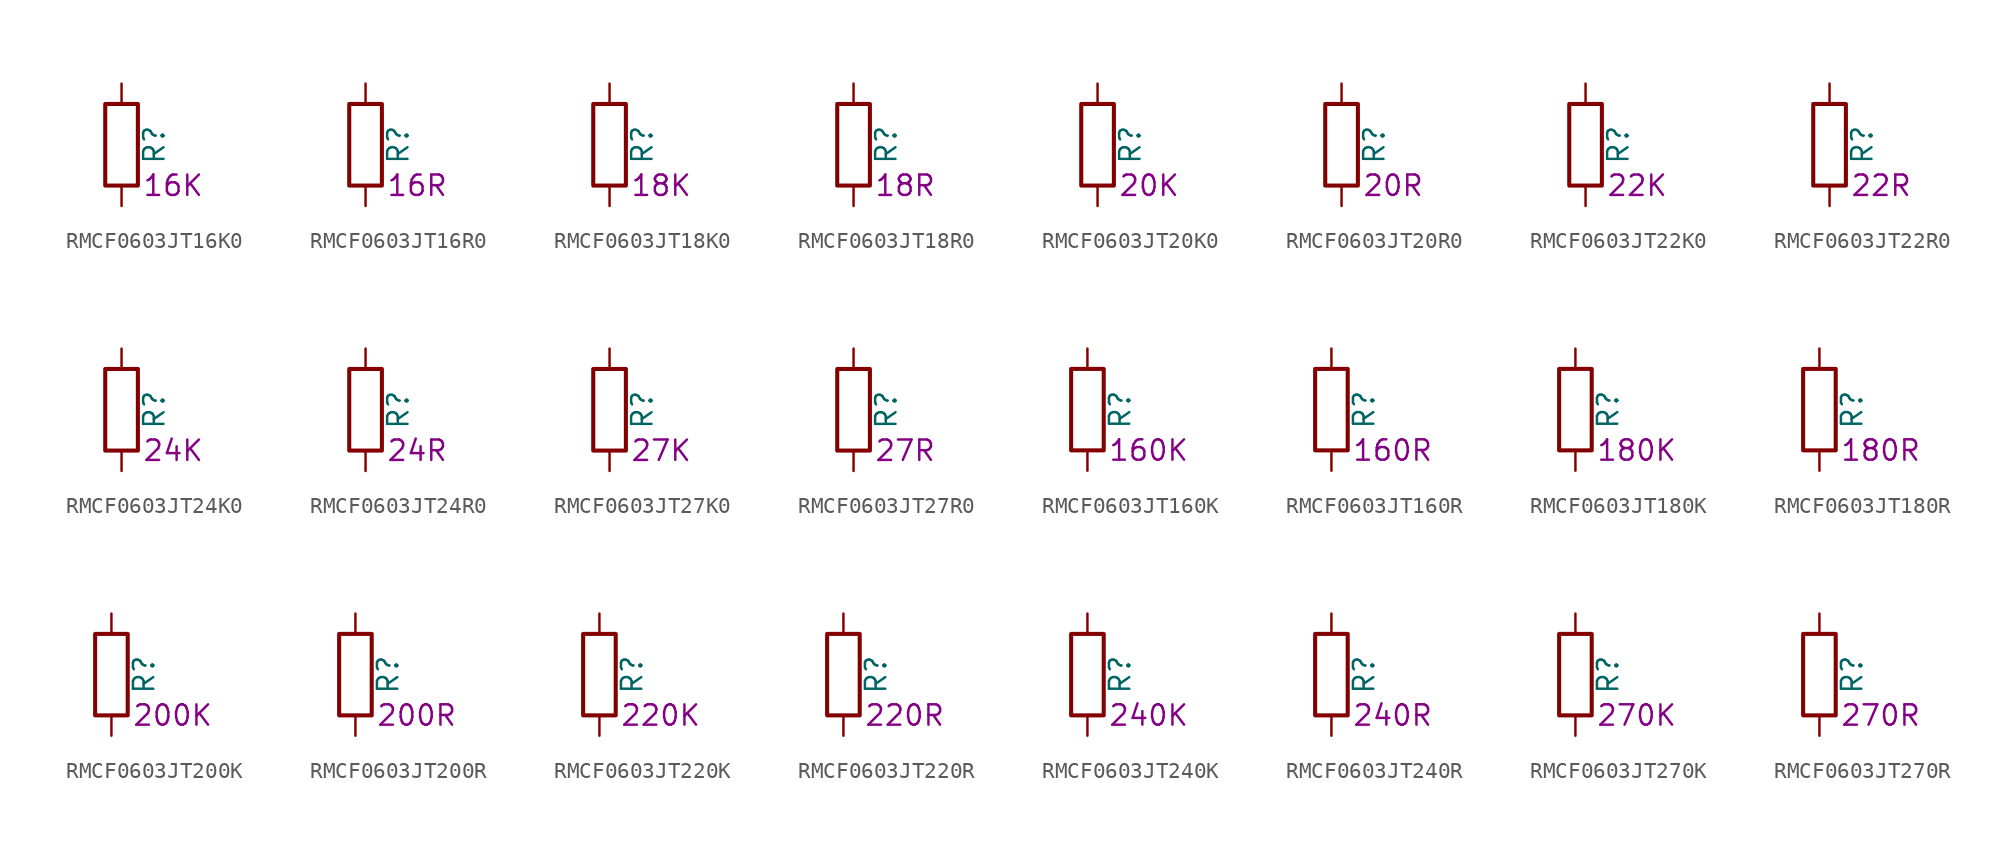
<source format=kicad_sym>
(kicad_symbol_lib
  (version 20220914)
  (generator kicad_symbol_editor)
  (symbol "RMCF0603JT16K0"
    (pin_numbers hide)
    (pin_names
      (offset 0))
    (property "Reference" "R"
      (at 2.032 0 90)
      (effects (font (size 1.27 1.27))))
    (property "Resistance" "16K"
      (at 1.27 -2.54 0)
      (effects (font (size 1.27 1.27)) (justify left)))
    (symbol "RMCF0603JT16K0_0_1"
      (rectangle (start -1.016 -2.54) (end 1.016 2.54) (stroke (width 0.254) (type default)) (fill (type none))))
    (symbol "RMCF0603JT16K0_1_1"
      (pin passive line (at 0 3.81 270) (length 1.27) (name "~" (effects (font (size 1.27 1.27)))) (number "1" (effects (font (size 1.27 1.27)))))
      (pin passive line (at 0 -3.81 90) (length 1.27) (name "~" (effects (font (size 1.27 1.27)))) (number "2" (effects (font (size 1.27 1.27)))))))
  (symbol "RMCF0603JT16R0"
    (pin_numbers hide)
    (pin_names
      (offset 0))
    (property "Reference" "R"
      (at 2.032 0 90)
      (effects (font (size 1.27 1.27))))
    (property "Resistance" "16R"
      (at 1.27 -2.54 0)
      (effects (font (size 1.27 1.27)) (justify left)))
    (symbol "RMCF0603JT16R0_0_1"
      (rectangle (start -1.016 -2.54) (end 1.016 2.54) (stroke (width 0.254) (type default)) (fill (type none))))
    (symbol "RMCF0603JT16R0_1_1"
      (pin passive line (at 0 3.81 270) (length 1.27) (name "~" (effects (font (size 1.27 1.27)))) (number "1" (effects (font (size 1.27 1.27)))))
      (pin passive line (at 0 -3.81 90) (length 1.27) (name "~" (effects (font (size 1.27 1.27)))) (number "2" (effects (font (size 1.27 1.27)))))))
  (symbol "RMCF0603JT18K0"
    (pin_numbers hide)
    (pin_names
      (offset 0))
    (property "Reference" "R"
      (at 2.032 0 90)
      (effects (font (size 1.27 1.27))))
    (property "Resistance" "18K"
      (at 1.27 -2.54 0)
      (effects (font (size 1.27 1.27)) (justify left)))
    (symbol "RMCF0603JT18K0_0_1"
      (rectangle (start -1.016 -2.54) (end 1.016 2.54) (stroke (width 0.254) (type default)) (fill (type none))))
    (symbol "RMCF0603JT18K0_1_1"
      (pin passive line (at 0 3.81 270) (length 1.27) (name "~" (effects (font (size 1.27 1.27)))) (number "1" (effects (font (size 1.27 1.27)))))
      (pin passive line (at 0 -3.81 90) (length 1.27) (name "~" (effects (font (size 1.27 1.27)))) (number "2" (effects (font (size 1.27 1.27)))))))
  (symbol "RMCF0603JT18R0"
    (pin_numbers hide)
    (pin_names
      (offset 0))
    (property "Reference" "R"
      (at 2.032 0 90)
      (effects (font (size 1.27 1.27))))
    (property "Resistance" "18R"
      (at 1.27 -2.54 0)
      (effects (font (size 1.27 1.27)) (justify left)))
    (symbol "RMCF0603JT18R0_0_1"
      (rectangle (start -1.016 -2.54) (end 1.016 2.54) (stroke (width 0.254) (type default)) (fill (type none))))
    (symbol "RMCF0603JT18R0_1_1"
      (pin passive line (at 0 3.81 270) (length 1.27) (name "~" (effects (font (size 1.27 1.27)))) (number "1" (effects (font (size 1.27 1.27)))))
      (pin passive line (at 0 -3.81 90) (length 1.27) (name "~" (effects (font (size 1.27 1.27)))) (number "2" (effects (font (size 1.27 1.27)))))))
  (symbol "RMCF0603JT20K0"
    (pin_numbers hide)
    (pin_names
      (offset 0))
    (property "Reference" "R"
      (at 2.032 0 90)
      (effects (font (size 1.27 1.27))))
    (property "Resistance" "20K"
      (at 1.27 -2.54 0)
      (effects (font (size 1.27 1.27)) (justify left)))
    (symbol "RMCF0603JT20K0_0_1"
      (rectangle (start -1.016 -2.54) (end 1.016 2.54) (stroke (width 0.254) (type default)) (fill (type none))))
    (symbol "RMCF0603JT20K0_1_1"
      (pin passive line (at 0 3.81 270) (length 1.27) (name "~" (effects (font (size 1.27 1.27)))) (number "1" (effects (font (size 1.27 1.27)))))
      (pin passive line (at 0 -3.81 90) (length 1.27) (name "~" (effects (font (size 1.27 1.27)))) (number "2" (effects (font (size 1.27 1.27)))))))
  (symbol "RMCF0603JT20R0"
    (pin_numbers hide)
    (pin_names
      (offset 0))
    (property "Reference" "R"
      (at 2.032 0 90)
      (effects (font (size 1.27 1.27))))
    (property "Resistance" "20R"
      (at 1.27 -2.54 0)
      (effects (font (size 1.27 1.27)) (justify left)))
    (symbol "RMCF0603JT20R0_0_1"
      (rectangle (start -1.016 -2.54) (end 1.016 2.54) (stroke (width 0.254) (type default)) (fill (type none))))
    (symbol "RMCF0603JT20R0_1_1"
      (pin passive line (at 0 3.81 270) (length 1.27) (name "~" (effects (font (size 1.27 1.27)))) (number "1" (effects (font (size 1.27 1.27)))))
      (pin passive line (at 0 -3.81 90) (length 1.27) (name "~" (effects (font (size 1.27 1.27)))) (number "2" (effects (font (size 1.27 1.27)))))))
  (symbol "RMCF0603JT22K0"
    (pin_numbers hide)
    (pin_names
      (offset 0))
    (property "Reference" "R"
      (at 2.032 0 90)
      (effects (font (size 1.27 1.27))))
    (property "Resistance" "22K"
      (at 1.27 -2.54 0)
      (effects (font (size 1.27 1.27)) (justify left)))
    (symbol "RMCF0603JT22K0_0_1"
      (rectangle (start -1.016 -2.54) (end 1.016 2.54) (stroke (width 0.254) (type default)) (fill (type none))))
    (symbol "RMCF0603JT22K0_1_1"
      (pin passive line (at 0 3.81 270) (length 1.27) (name "~" (effects (font (size 1.27 1.27)))) (number "1" (effects (font (size 1.27 1.27)))))
      (pin passive line (at 0 -3.81 90) (length 1.27) (name "~" (effects (font (size 1.27 1.27)))) (number "2" (effects (font (size 1.27 1.27)))))))
  (symbol "RMCF0603JT22R0"
    (pin_numbers hide)
    (pin_names
      (offset 0))
    (property "Reference" "R"
      (at 2.032 0 90)
      (effects (font (size 1.27 1.27))))
    (property "Resistance" "22R"
      (at 1.27 -2.54 0)
      (effects (font (size 1.27 1.27)) (justify left)))
    (symbol "RMCF0603JT22R0_0_1"
      (rectangle (start -1.016 -2.54) (end 1.016 2.54) (stroke (width 0.254) (type default)) (fill (type none))))
    (symbol "RMCF0603JT22R0_1_1"
      (pin passive line (at 0 3.81 270) (length 1.27) (name "~" (effects (font (size 1.27 1.27)))) (number "1" (effects (font (size 1.27 1.27)))))
      (pin passive line (at 0 -3.81 90) (length 1.27) (name "~" (effects (font (size 1.27 1.27)))) (number "2" (effects (font (size 1.27 1.27)))))))
  (symbol "RMCF0603JT24K0"
    (pin_numbers hide)
    (pin_names
      (offset 0))
    (property "Reference" "R"
      (at 2.032 0 90)
      (effects (font (size 1.27 1.27))))
    (property "Resistance" "24K"
      (at 1.27 -2.54 0)
      (effects (font (size 1.27 1.27)) (justify left)))
    (symbol "RMCF0603JT24K0_0_1"
      (rectangle (start -1.016 -2.54) (end 1.016 2.54) (stroke (width 0.254) (type default)) (fill (type none))))
    (symbol "RMCF0603JT24K0_1_1"
      (pin passive line (at 0 3.81 270) (length 1.27) (name "~" (effects (font (size 1.27 1.27)))) (number "1" (effects (font (size 1.27 1.27)))))
      (pin passive line (at 0 -3.81 90) (length 1.27) (name "~" (effects (font (size 1.27 1.27)))) (number "2" (effects (font (size 1.27 1.27)))))))
  (symbol "RMCF0603JT24R0"
    (pin_numbers hide)
    (pin_names
      (offset 0))
    (property "Reference" "R"
      (at 2.032 0 90)
      (effects (font (size 1.27 1.27))))
    (property "Resistance" "24R"
      (at 1.27 -2.54 0)
      (effects (font (size 1.27 1.27)) (justify left)))
    (symbol "RMCF0603JT24R0_0_1"
      (rectangle (start -1.016 -2.54) (end 1.016 2.54) (stroke (width 0.254) (type default)) (fill (type none))))
    (symbol "RMCF0603JT24R0_1_1"
      (pin passive line (at 0 3.81 270) (length 1.27) (name "~" (effects (font (size 1.27 1.27)))) (number "1" (effects (font (size 1.27 1.27)))))
      (pin passive line (at 0 -3.81 90) (length 1.27) (name "~" (effects (font (size 1.27 1.27)))) (number "2" (effects (font (size 1.27 1.27)))))))
  (symbol "RMCF0603JT27K0"
    (pin_numbers hide)
    (pin_names
      (offset 0))
    (property "Reference" "R"
      (at 2.032 0 90)
      (effects (font (size 1.27 1.27))))
    (property "Resistance" "27K"
      (at 1.27 -2.54 0)
      (effects (font (size 1.27 1.27)) (justify left)))
    (symbol "RMCF0603JT27K0_0_1"
      (rectangle (start -1.016 -2.54) (end 1.016 2.54) (stroke (width 0.254) (type default)) (fill (type none))))
    (symbol "RMCF0603JT27K0_1_1"
      (pin passive line (at 0 3.81 270) (length 1.27) (name "~" (effects (font (size 1.27 1.27)))) (number "1" (effects (font (size 1.27 1.27)))))
      (pin passive line (at 0 -3.81 90) (length 1.27) (name "~" (effects (font (size 1.27 1.27)))) (number "2" (effects (font (size 1.27 1.27)))))))
  (symbol "RMCF0603JT27R0"
    (pin_numbers hide)
    (pin_names
      (offset 0))
    (property "Reference" "R"
      (at 2.032 0 90)
      (effects (font (size 1.27 1.27))))
    (property "Resistance" "27R"
      (at 1.27 -2.54 0)
      (effects (font (size 1.27 1.27)) (justify left)))
    (symbol "RMCF0603JT27R0_0_1"
      (rectangle (start -1.016 -2.54) (end 1.016 2.54) (stroke (width 0.254) (type default)) (fill (type none))))
    (symbol "RMCF0603JT27R0_1_1"
      (pin passive line (at 0 3.81 270) (length 1.27) (name "~" (effects (font (size 1.27 1.27)))) (number "1" (effects (font (size 1.27 1.27)))))
      (pin passive line (at 0 -3.81 90) (length 1.27) (name "~" (effects (font (size 1.27 1.27)))) (number "2" (effects (font (size 1.27 1.27)))))))
  (symbol "RMCF0603JT160K"
    (pin_numbers hide)
    (pin_names
      (offset 0))
    (property "Reference" "R"
      (at 2.032 0 90)
      (effects (font (size 1.27 1.27))))
    (property "Resistance" "160K"
      (at 1.27 -2.54 0)
      (effects (font (size 1.27 1.27)) (justify left)))
    (symbol "RMCF0603JT160K_0_1"
      (rectangle (start -1.016 -2.54) (end 1.016 2.54) (stroke (width 0.254) (type default)) (fill (type none))))
    (symbol "RMCF0603JT160K_1_1"
      (pin passive line (at 0 3.81 270) (length 1.27) (name "~" (effects (font (size 1.27 1.27)))) (number "1" (effects (font (size 1.27 1.27)))))
      (pin passive line (at 0 -3.81 90) (length 1.27) (name "~" (effects (font (size 1.27 1.27)))) (number "2" (effects (font (size 1.27 1.27)))))))
  (symbol "RMCF0603JT160R"
    (pin_numbers hide)
    (pin_names
      (offset 0))
    (property "Reference" "R"
      (at 2.032 0 90)
      (effects (font (size 1.27 1.27))))
    (property "Resistance" "160R"
      (at 1.27 -2.54 0)
      (effects (font (size 1.27 1.27)) (justify left)))
    (symbol "RMCF0603JT160R_0_1"
      (rectangle (start -1.016 -2.54) (end 1.016 2.54) (stroke (width 0.254) (type default)) (fill (type none))))
    (symbol "RMCF0603JT160R_1_1"
      (pin passive line (at 0 3.81 270) (length 1.27) (name "~" (effects (font (size 1.27 1.27)))) (number "1" (effects (font (size 1.27 1.27)))))
      (pin passive line (at 0 -3.81 90) (length 1.27) (name "~" (effects (font (size 1.27 1.27)))) (number "2" (effects (font (size 1.27 1.27)))))))
  (symbol "RMCF0603JT180K"
    (pin_numbers hide)
    (pin_names
      (offset 0))
    (property "Reference" "R"
      (at 2.032 0 90)
      (effects (font (size 1.27 1.27))))
    (property "Resistance" "180K"
      (at 1.27 -2.54 0)
      (effects (font (size 1.27 1.27)) (justify left)))
    (symbol "RMCF0603JT180K_0_1"
      (rectangle (start -1.016 -2.54) (end 1.016 2.54) (stroke (width 0.254) (type default)) (fill (type none))))
    (symbol "RMCF0603JT180K_1_1"
      (pin passive line (at 0 3.81 270) (length 1.27) (name "~" (effects (font (size 1.27 1.27)))) (number "1" (effects (font (size 1.27 1.27)))))
      (pin passive line (at 0 -3.81 90) (length 1.27) (name "~" (effects (font (size 1.27 1.27)))) (number "2" (effects (font (size 1.27 1.27)))))))
  (symbol "RMCF0603JT180R"
    (pin_numbers hide)
    (pin_names
      (offset 0))
    (property "Reference" "R"
      (at 2.032 0 90)
      (effects (font (size 1.27 1.27))))
    (property "Resistance" "180R"
      (at 1.27 -2.54 0)
      (effects (font (size 1.27 1.27)) (justify left)))
    (symbol "RMCF0603JT180R_0_1"
      (rectangle (start -1.016 -2.54) (end 1.016 2.54) (stroke (width 0.254) (type default)) (fill (type none))))
    (symbol "RMCF0603JT180R_1_1"
      (pin passive line (at 0 3.81 270) (length 1.27) (name "~" (effects (font (size 1.27 1.27)))) (number "1" (effects (font (size 1.27 1.27)))))
      (pin passive line (at 0 -3.81 90) (length 1.27) (name "~" (effects (font (size 1.27 1.27)))) (number "2" (effects (font (size 1.27 1.27)))))))
  (symbol "RMCF0603JT200K"
    (pin_numbers hide)
    (pin_names
      (offset 0))
    (property "Reference" "R"
      (at 2.032 0 90)
      (effects (font (size 1.27 1.27))))
    (property "Resistance" "200K"
      (at 1.27 -2.54 0)
      (effects (font (size 1.27 1.27)) (justify left)))
    (symbol "RMCF0603JT200K_0_1"
      (rectangle (start -1.016 -2.54) (end 1.016 2.54) (stroke (width 0.254) (type default)) (fill (type none))))
    (symbol "RMCF0603JT200K_1_1"
      (pin passive line (at 0 3.81 270) (length 1.27) (name "~" (effects (font (size 1.27 1.27)))) (number "1" (effects (font (size 1.27 1.27)))))
      (pin passive line (at 0 -3.81 90) (length 1.27) (name "~" (effects (font (size 1.27 1.27)))) (number "2" (effects (font (size 1.27 1.27)))))))
  (symbol "RMCF0603JT200R"
    (pin_numbers hide)
    (pin_names
      (offset 0))
    (property "Reference" "R"
      (at 2.032 0 90)
      (effects (font (size 1.27 1.27))))
    (property "Resistance" "200R"
      (at 1.27 -2.54 0)
      (effects (font (size 1.27 1.27)) (justify left)))
    (symbol "RMCF0603JT200R_0_1"
      (rectangle (start -1.016 -2.54) (end 1.016 2.54) (stroke (width 0.254) (type default)) (fill (type none))))
    (symbol "RMCF0603JT200R_1_1"
      (pin passive line (at 0 3.81 270) (length 1.27) (name "~" (effects (font (size 1.27 1.27)))) (number "1" (effects (font (size 1.27 1.27)))))
      (pin passive line (at 0 -3.81 90) (length 1.27) (name "~" (effects (font (size 1.27 1.27)))) (number "2" (effects (font (size 1.27 1.27)))))))
  (symbol "RMCF0603JT220K"
    (pin_numbers hide)
    (pin_names
      (offset 0))
    (property "Reference" "R"
      (at 2.032 0 90)
      (effects (font (size 1.27 1.27))))
    (property "Resistance" "220K"
      (at 1.27 -2.54 0)
      (effects (font (size 1.27 1.27)) (justify left)))
    (symbol "RMCF0603JT220K_0_1"
      (rectangle (start -1.016 -2.54) (end 1.016 2.54) (stroke (width 0.254) (type default)) (fill (type none))))
    (symbol "RMCF0603JT220K_1_1"
      (pin passive line (at 0 3.81 270) (length 1.27) (name "~" (effects (font (size 1.27 1.27)))) (number "1" (effects (font (size 1.27 1.27)))))
      (pin passive line (at 0 -3.81 90) (length 1.27) (name "~" (effects (font (size 1.27 1.27)))) (number "2" (effects (font (size 1.27 1.27)))))))
  (symbol "RMCF0603JT220R"
    (pin_numbers hide)
    (pin_names
      (offset 0))
    (property "Reference" "R"
      (at 2.032 0 90)
      (effects (font (size 1.27 1.27))))
    (property "Resistance" "220R"
      (at 1.27 -2.54 0)
      (effects (font (size 1.27 1.27)) (justify left)))
    (symbol "RMCF0603JT220R_0_1"
      (rectangle (start -1.016 -2.54) (end 1.016 2.54) (stroke (width 0.254) (type default)) (fill (type none))))
    (symbol "RMCF0603JT220R_1_1"
      (pin passive line (at 0 3.81 270) (length 1.27) (name "~" (effects (font (size 1.27 1.27)))) (number "1" (effects (font (size 1.27 1.27)))))
      (pin passive line (at 0 -3.81 90) (length 1.27) (name "~" (effects (font (size 1.27 1.27)))) (number "2" (effects (font (size 1.27 1.27)))))))
  (symbol "RMCF0603JT240K"
    (pin_numbers hide)
    (pin_names
      (offset 0))
    (property "Reference" "R"
      (at 2.032 0 90)
      (effects (font (size 1.27 1.27))))
    (property "Resistance" "240K"
      (at 1.27 -2.54 0)
      (effects (font (size 1.27 1.27)) (justify left)))
    (symbol "RMCF0603JT240K_0_1"
      (rectangle (start -1.016 -2.54) (end 1.016 2.54) (stroke (width 0.254) (type default)) (fill (type none))))
    (symbol "RMCF0603JT240K_1_1"
      (pin passive line (at 0 3.81 270) (length 1.27) (name "~" (effects (font (size 1.27 1.27)))) (number "1" (effects (font (size 1.27 1.27)))))
      (pin passive line (at 0 -3.81 90) (length 1.27) (name "~" (effects (font (size 1.27 1.27)))) (number "2" (effects (font (size 1.27 1.27)))))))
  (symbol "RMCF0603JT240R"
    (pin_numbers hide)
    (pin_names
      (offset 0))
    (property "Reference" "R"
      (at 2.032 0 90)
      (effects (font (size 1.27 1.27))))
    (property "Resistance" "240R"
      (at 1.27 -2.54 0)
      (effects (font (size 1.27 1.27)) (justify left)))
    (symbol "RMCF0603JT240R_0_1"
      (rectangle (start -1.016 -2.54) (end 1.016 2.54) (stroke (width 0.254) (type default)) (fill (type none))))
    (symbol "RMCF0603JT240R_1_1"
      (pin passive line (at 0 3.81 270) (length 1.27) (name "~" (effects (font (size 1.27 1.27)))) (number "1" (effects (font (size 1.27 1.27)))))
      (pin passive line (at 0 -3.81 90) (length 1.27) (name "~" (effects (font (size 1.27 1.27)))) (number "2" (effects (font (size 1.27 1.27)))))))
  (symbol "RMCF0603JT270K"
    (pin_numbers hide)
    (pin_names
      (offset 0))
    (property "Reference" "R"
      (at 2.032 0 90)
      (effects (font (size 1.27 1.27))))
    (property "Resistance" "270K"
      (at 1.27 -2.54 0)
      (effects (font (size 1.27 1.27)) (justify left)))
    (symbol "RMCF0603JT270K_0_1"
      (rectangle (start -1.016 -2.54) (end 1.016 2.54) (stroke (width 0.254) (type default)) (fill (type none))))
    (symbol "RMCF0603JT270K_1_1"
      (pin passive line (at 0 3.81 270) (length 1.27) (name "~" (effects (font (size 1.27 1.27)))) (number "1" (effects (font (size 1.27 1.27)))))
      (pin passive line (at 0 -3.81 90) (length 1.27) (name "~" (effects (font (size 1.27 1.27)))) (number "2" (effects (font (size 1.27 1.27)))))))
  (symbol "RMCF0603JT270R"
    (pin_numbers hide)
    (pin_names
      (offset 0))
    (property "Reference" "R"
      (at 2.032 0 90)
      (effects (font (size 1.27 1.27))))
    (property "Resistance" "270R"
      (at 1.27 -2.54 0)
      (effects (font (size 1.27 1.27)) (justify left)))
    (symbol "RMCF0603JT270R_0_1"
      (rectangle (start -1.016 -2.54) (end 1.016 2.54) (stroke (width 0.254) (type default)) (fill (type none))))
    (symbol "RMCF0603JT270R_1_1"
      (pin passive line (at 0 3.81 270) (length 1.27) (name "~" (effects (font (size 1.27 1.27)))) (number "1" (effects (font (size 1.27 1.27)))))
      (pin passive line (at 0 -3.81 90) (length 1.27) (name "~" (effects (font (size 1.27 1.27)))) (number "2" (effects (font (size 1.27 1.27))))))))
</source>
